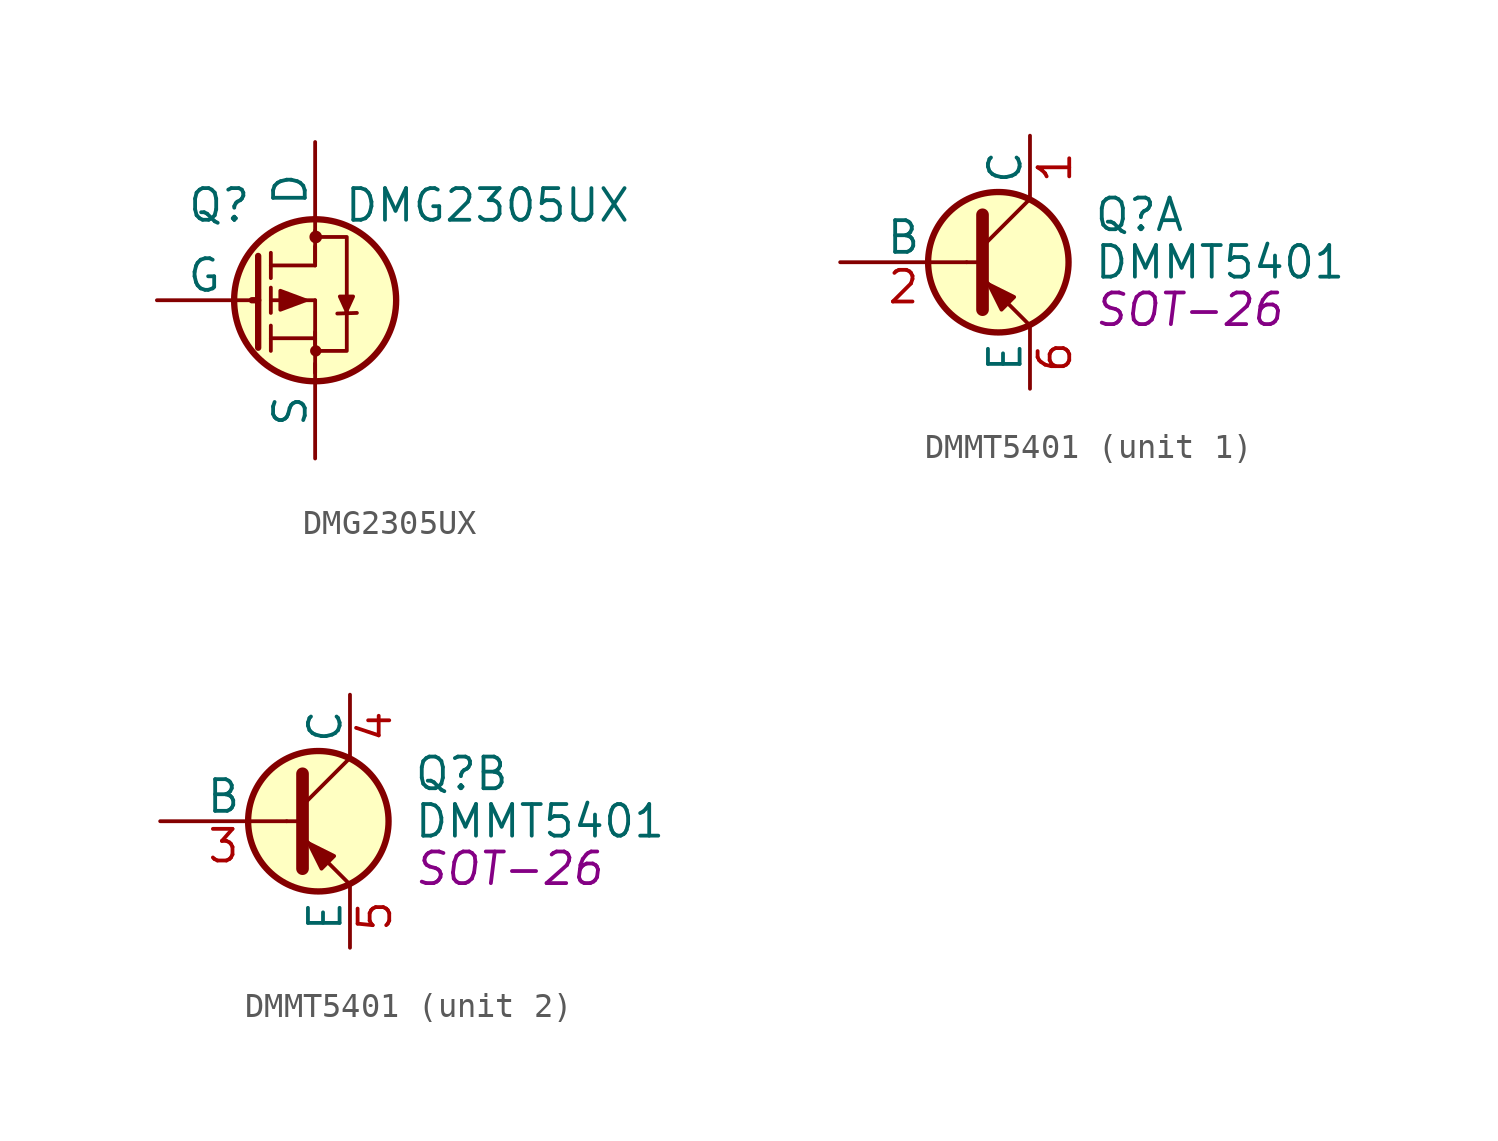
<source format=kicad_sym>
(kicad_symbol_lib
  (version 20201005)
  (generator kicad_symbol_editor)
  (symbol "raspberrypi_hat:DMG2305UX"
    (pin_numbers hide)
    (pin_names
      (offset 0))
    (property "Reference" "Q"
      (at -2.54 3.81 0)
      (effects (font (size 1.27 1.27)) (justify right)))
    (property "Value" "DMG2305UX"
      (at 12.7 3.81 0)
      (effects (font (size 1.27 1.27)) (justify right)))
    (property "Footprint" ""
      (at 5.08 4.953 0)
      (effects (font (size 1.27 1.27))))
    (property "Datasheet" ""
      (at -2.54 0 0)
      (effects (font (size 1.27 1.27))))
    (symbol "DMG2305UX_0_1"
      (circle (center 0 0) (radius 3.251) (stroke (width 0.254)) (fill (type background)))
      (circle (center 0.025 -2.032) (radius 0.152) (stroke (width 0)) (fill (type outline)))
      (circle (center 0.025 2.54) (radius 0.178) (stroke (width 0)) (fill (type outline)))
      (polyline (pts (xy -2.54 0) (xy -2.286 0)) (stroke (width 0.254)) (fill (type none)))
      (polyline (pts (xy -1.778 -1.524) (xy 0 -1.524)) (stroke (width 0)) (fill (type none)))
      (polyline (pts (xy -1.778 -1.016) (xy -1.778 -2.032)) (stroke (width 0)) (fill (type none)))
      (polyline (pts (xy -1.778 0) (xy 0 0)) (stroke (width 0)) (fill (type none)))
      (polyline (pts (xy -1.778 0.508) (xy -1.778 -0.508)) (stroke (width 0)) (fill (type none)))
      (polyline (pts (xy -1.778 1.397) (xy 0 1.397)) (stroke (width 0)) (fill (type none)))
      (polyline (pts (xy -1.778 1.905) (xy -1.778 0.889)) (stroke (width 0)) (fill (type none)))
      (polyline (pts (xy 0 -2.032) (xy 0 -2.921)) (stroke (width 0)) (fill (type none)))
      (polyline (pts (xy 0 -1.778) (xy 0 0)) (stroke (width 0)) (fill (type none)))
      (polyline (pts (xy 0 -1.27) (xy 0 -2.032)) (stroke (width 0)) (fill (type none)))
      (polyline (pts (xy 0 1.524) (xy 0 2.794)) (stroke (width 0)) (fill (type none)))
      (polyline (pts (xy 0 2.159) (xy 0 1.397)) (stroke (width 0)) (fill (type none)))
      (polyline (pts (xy 0.889 -0.533) (xy 1.676 -0.508)) (stroke (width 0)) (fill (type none)))
      (polyline (pts (xy -2.286 1.778) (xy -2.286 -1.905) (xy -2.286 -1.397) (xy -2.286 -1.651)) (stroke (width 0.254)) (fill (type none)))
      (polyline (pts (xy -0.381 0) (xy -1.397 0.381) (xy -1.397 -0.381) (xy -0.381 0)) (stroke (width 0)) (fill (type outline)))
      (polyline (pts (xy 1.27 -0.457) (xy 0.991 0.152) (xy 1.524 0.152) (xy 1.245 -0.457)) (stroke (width 0)) (fill (type outline)))
      (polyline (pts (xy 0 2.54) (xy 1.27 2.54) (xy 1.27 0.508) (xy 1.27 -2.032) (xy 0 -2.032)) (stroke (width 0)) (fill (type none))))
    (symbol "DMG2305UX_1_1"
      (pin input line (at -6.35 0 0) (length 3.81) (name "G" (effects (font (size 1.27 1.27)))) (number "1" (effects (font (size 1.27 1.27)))))
      (pin passive line (at 0 -6.35 90) (length 3.81) (name "S" (effects (font (size 1.27 1.27)))) (number "2" (effects (font (size 1.27 1.27)))))
      (pin passive line (at 0 6.35 270) (length 3.81) (name "D" (effects (font (size 1.27 1.27)))) (number "3" (effects (font (size 1.27 1.27)))))))
  (symbol "raspberrypi_hat:DMMT5401"
    (pin_names
      (offset 0))
    (property "Reference" "Q"
      (at 5.08 1.905 0)
      (effects (font (size 1.27 1.27)) (justify left)))
    (property "Value" "DMMT5401"
      (at 5.08 0 0)
      (effects (font (size 1.27 1.27)) (justify left)))
    (property "Footprint" "SOT-26"
      (at 5.08 -1.905 0)
      (effects (font (size 1.27 1.27) italic) (justify left)))
    (property "Datasheet" ""
      (at 0 0 0)
      (effects (font (size 1.27 1.27)) (justify left)))
    (symbol "DMMT5401_0_1"
      (circle (center 1.27 0) (radius 2.819) (stroke (width 0.254)) (fill (type background)))
      (polyline (pts (xy 0 0) (xy 0.635 0)) (stroke (width 0)) (fill (type none)))
      (polyline (pts (xy 2.54 -2.54) (xy 0.635 -0.635)) (stroke (width 0)) (fill (type none)))
      (polyline (pts (xy 2.54 2.54) (xy 0.635 0.635)) (stroke (width 0)) (fill (type none)))
      (polyline (pts (xy 0.635 1.905) (xy 0.635 -1.905) (xy 0.635 -1.905)) (stroke (width 0.508)) (fill (type outline)))
      (polyline (pts (xy 1.397 -1.905) (xy 1.905 -1.397) (xy 0.889 -0.889) (xy 1.397 -1.905) (xy 1.397 -1.905)) (stroke (width 0)) (fill (type outline))))
    (symbol "DMMT5401_1_1"
      (pin passive line (at 2.54 5.08 270) (length 2.54) (name "C" (effects (font (size 1.27 1.27)))) (number "1" (effects (font (size 1.27 1.27)))))
      (pin input line (at -5.08 0 0) (length 5.08) (name "B" (effects (font (size 1.27 1.27)))) (number "2" (effects (font (size 1.27 1.27)))))
      (pin passive line (at 2.54 -5.08 90) (length 2.54) (name "E" (effects (font (size 1.27 1.27)))) (number "6" (effects (font (size 1.27 1.27))))))
    (symbol "DMMT5401_2_1"
      (pin input line (at -5.08 0 0) (length 5.08) (name "B" (effects (font (size 1.27 1.27)))) (number "3" (effects (font (size 1.27 1.27)))))
      (pin passive line (at 2.54 5.08 270) (length 2.54) (name "C" (effects (font (size 1.27 1.27)))) (number "4" (effects (font (size 1.27 1.27)))))
      (pin passive line (at 2.54 -5.08 90) (length 2.54) (name "E" (effects (font (size 1.27 1.27)))) (number "5" (effects (font (size 1.27 1.27))))))))
</source>
